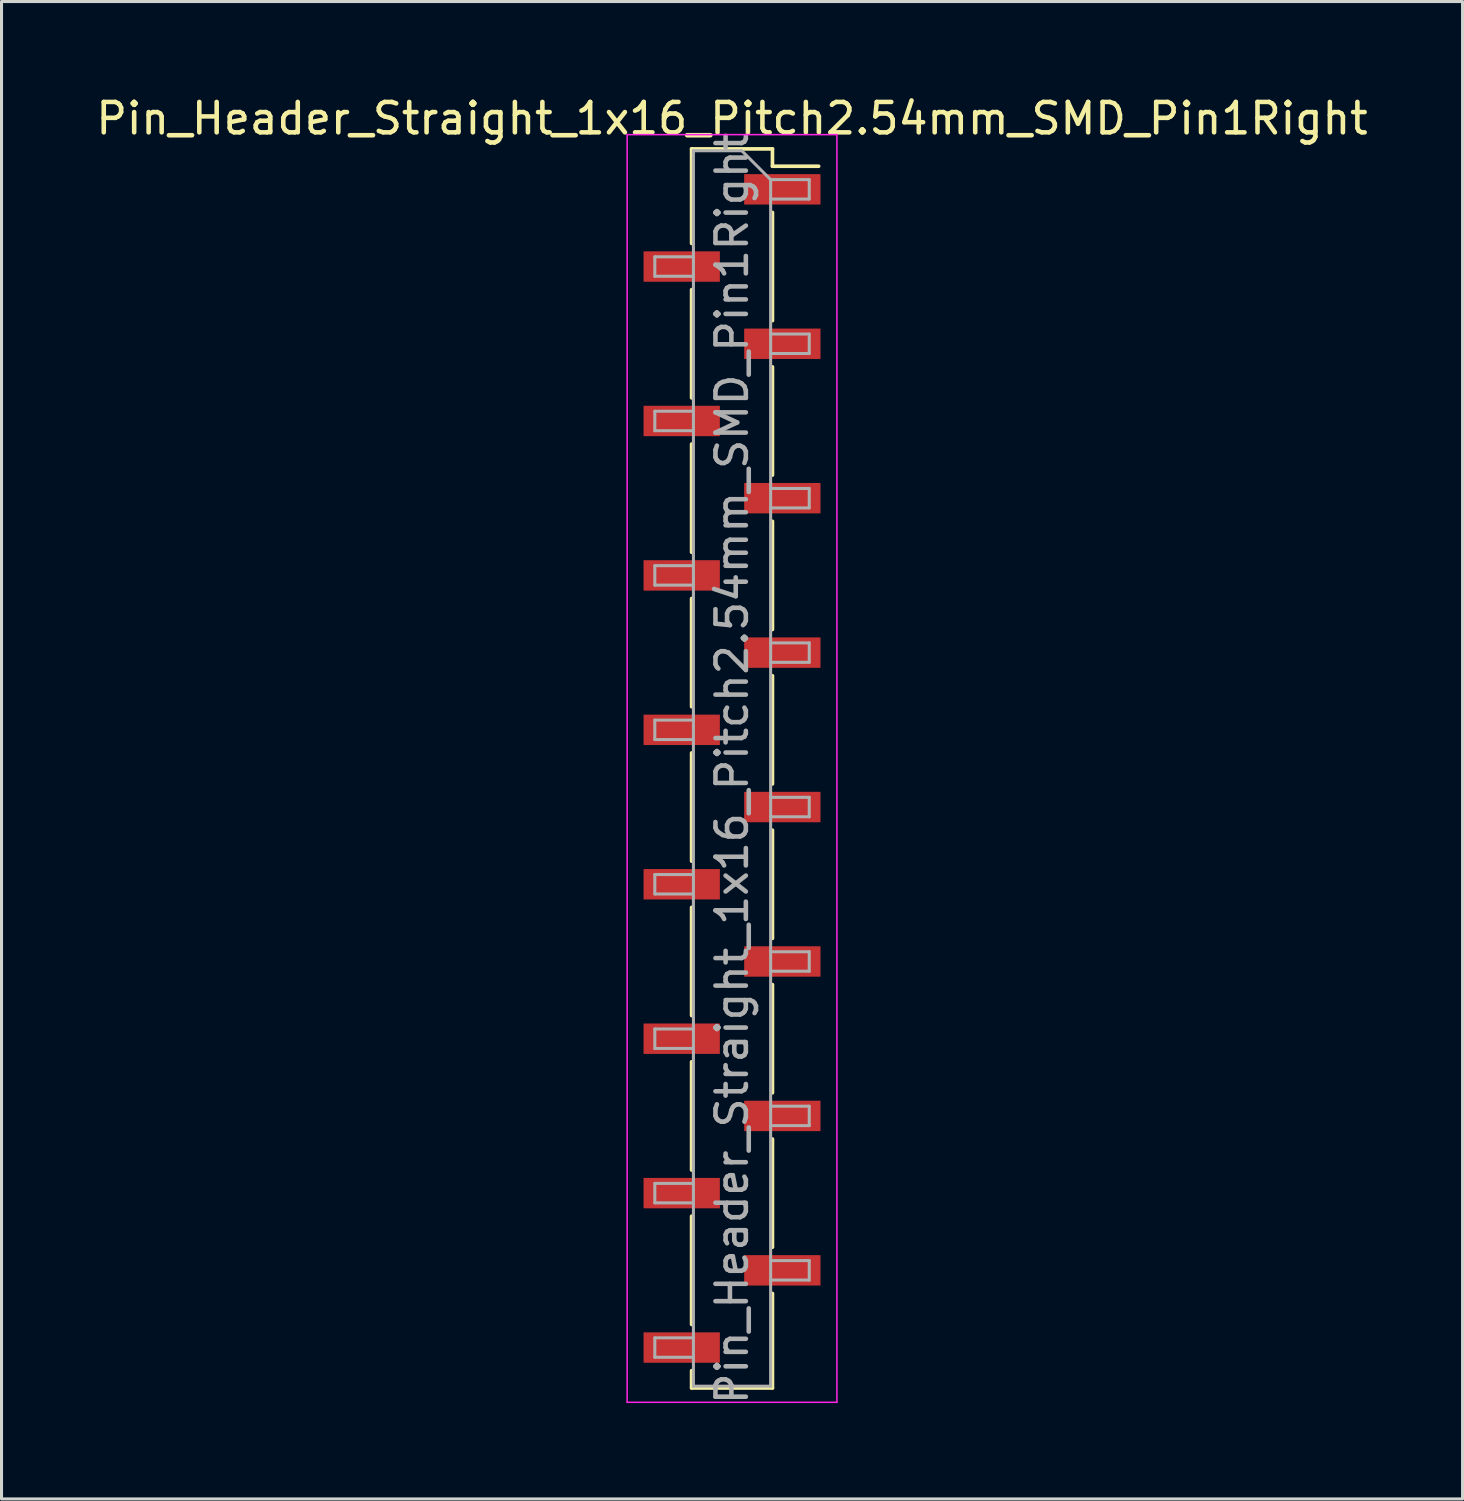
<source format=kicad_pcb>
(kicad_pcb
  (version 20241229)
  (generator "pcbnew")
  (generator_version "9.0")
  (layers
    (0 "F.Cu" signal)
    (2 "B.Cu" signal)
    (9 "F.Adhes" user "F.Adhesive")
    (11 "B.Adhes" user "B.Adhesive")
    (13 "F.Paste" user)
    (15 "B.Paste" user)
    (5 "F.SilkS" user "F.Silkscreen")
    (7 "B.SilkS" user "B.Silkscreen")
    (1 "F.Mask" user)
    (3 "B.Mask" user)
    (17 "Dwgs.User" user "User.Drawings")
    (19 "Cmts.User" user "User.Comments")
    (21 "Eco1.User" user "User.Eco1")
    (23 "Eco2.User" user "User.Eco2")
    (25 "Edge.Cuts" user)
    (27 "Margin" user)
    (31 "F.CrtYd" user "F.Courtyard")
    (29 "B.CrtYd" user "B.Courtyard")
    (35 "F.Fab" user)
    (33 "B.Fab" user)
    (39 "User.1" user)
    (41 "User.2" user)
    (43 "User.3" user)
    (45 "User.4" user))
  (footprint "Pin_Header_Straight_1x16_Pitch2.54mm_SMD_Pin1Right"
    (layer "F.Cu")
    (at 21.03 22.228)
    (property "Reference" "Pin_Header_Straight_1x16_Pitch2.54mm_SMD_Pin1Right" (at 0 -21.38 0) (layer "F.SilkS") (effects (font (size 1 1) (thickness 0.15))))
    (attr smd)
    (fp_line (start -1.33 -20.38) (end -1.33 -17.27) (stroke (width 0.12) (type solid)) (layer "F.SilkS"))
    (fp_line (start -1.33 -20.38) (end 1.33 -20.38) (stroke (width 0.12) (type solid)) (layer "F.SilkS"))
    (fp_line (start -1.33 -15.75) (end -1.33 -12.19) (stroke (width 0.12) (type solid)) (layer "F.SilkS"))
    (fp_line (start -1.33 -10.67) (end -1.33 -7.11) (stroke (width 0.12) (type solid)) (layer "F.SilkS"))
    (fp_line (start -1.33 -5.59) (end -1.33 -2.03) (stroke (width 0.12) (type solid)) (layer "F.SilkS"))
    (fp_line (start -1.33 -0.51) (end -1.33 3.05) (stroke (width 0.12) (type solid)) (layer "F.SilkS"))
    (fp_line (start -1.33 4.57) (end -1.33 8.13) (stroke (width 0.12) (type solid)) (layer "F.SilkS"))
    (fp_line (start -1.33 9.65) (end -1.33 13.21) (stroke (width 0.12) (type solid)) (layer "F.SilkS"))
    (fp_line (start -1.33 14.73) (end -1.33 18.29) (stroke (width 0.12) (type solid)) (layer "F.SilkS"))
    (fp_line (start -1.33 19.81) (end -1.33 20.38) (stroke (width 0.12) (type solid)) (layer "F.SilkS"))
    (fp_line (start -1.33 20.38) (end 1.33 20.38) (stroke (width 0.12) (type solid)) (layer "F.SilkS"))
    (fp_line (start 1.33 -20.38) (end 1.33 -19.81) (stroke (width 0.12) (type solid)) (layer "F.SilkS"))
    (fp_line (start 1.33 -19.81) (end 2.85 -19.81) (stroke (width 0.12) (type solid)) (layer "F.SilkS"))
    (fp_line (start 1.33 -18.29) (end 1.33 -14.73) (stroke (width 0.12) (type solid)) (layer "F.SilkS"))
    (fp_line (start 1.33 -13.21) (end 1.33 -9.65) (stroke (width 0.12) (type solid)) (layer "F.SilkS"))
    (fp_line (start 1.33 -8.13) (end 1.33 -4.57) (stroke (width 0.12) (type solid)) (layer "F.SilkS"))
    (fp_line (start 1.33 -3.05) (end 1.33 0.51) (stroke (width 0.12) (type solid)) (layer "F.SilkS"))
    (fp_line (start 1.33 2.03) (end 1.33 5.59) (stroke (width 0.12) (type solid)) (layer "F.SilkS"))
    (fp_line (start 1.33 7.11) (end 1.33 10.67) (stroke (width 0.12) (type solid)) (layer "F.SilkS"))
    (fp_line (start 1.33 12.19) (end 1.33 15.75) (stroke (width 0.12) (type solid)) (layer "F.SilkS"))
    (fp_line (start 1.33 17.27) (end 1.33 20.38) (stroke (width 0.12) (type solid)) (layer "F.SilkS"))
    (fp_line (start -3.45 -20.85) (end -3.45 20.85) (stroke (width 0.05) (type solid)) (layer "F.CrtYd"))
    (fp_line (start -3.45 20.85) (end 3.45 20.85) (stroke (width 0.05) (type solid)) (layer "F.CrtYd"))
    (fp_line (start 3.45 -20.85) (end -3.45 -20.85) (stroke (width 0.05) (type solid)) (layer "F.CrtYd"))
    (fp_line (start 3.45 20.85) (end 3.45 -20.85) (stroke (width 0.05) (type solid)) (layer "F.CrtYd"))
    (fp_line (start -2.54 -16.83) (end -2.54 -16.19) (stroke (width 0.1) (type solid)) (layer "F.Fab"))
    (fp_line (start -2.54 -16.19) (end -1.27 -16.19) (stroke (width 0.1) (type solid)) (layer "F.Fab"))
    (fp_line (start -2.54 -11.75) (end -2.54 -11.11) (stroke (width 0.1) (type solid)) (layer "F.Fab"))
    (fp_line (start -2.54 -11.11) (end -1.27 -11.11) (stroke (width 0.1) (type solid)) (layer "F.Fab"))
    (fp_line (start -2.54 -6.67) (end -2.54 -6.03) (stroke (width 0.1) (type solid)) (layer "F.Fab"))
    (fp_line (start -2.54 -6.03) (end -1.27 -6.03) (stroke (width 0.1) (type solid)) (layer "F.Fab"))
    (fp_line (start -2.54 -1.59) (end -2.54 -0.95) (stroke (width 0.1) (type solid)) (layer "F.Fab"))
    (fp_line (start -2.54 -0.95) (end -1.27 -0.95) (stroke (width 0.1) (type solid)) (layer "F.Fab"))
    (fp_line (start -2.54 3.49) (end -2.54 4.13) (stroke (width 0.1) (type solid)) (layer "F.Fab"))
    (fp_line (start -2.54 4.13) (end -1.27 4.13) (stroke (width 0.1) (type solid)) (layer "F.Fab"))
    (fp_line (start -2.54 8.57) (end -2.54 9.21) (stroke (width 0.1) (type solid)) (layer "F.Fab"))
    (fp_line (start -2.54 9.21) (end -1.27 9.21) (stroke (width 0.1) (type solid)) (layer "F.Fab"))
    (fp_line (start -2.54 13.65) (end -2.54 14.29) (stroke (width 0.1) (type solid)) (layer "F.Fab"))
    (fp_line (start -2.54 14.29) (end -1.27 14.29) (stroke (width 0.1) (type solid)) (layer "F.Fab"))
    (fp_line (start -2.54 18.73) (end -2.54 19.37) (stroke (width 0.1) (type solid)) (layer "F.Fab"))
    (fp_line (start -2.54 19.37) (end -1.27 19.37) (stroke (width 0.1) (type solid)) (layer "F.Fab"))
    (fp_line (start -1.27 -20.32) (end -1.27 20.32) (stroke (width 0.1) (type solid)) (layer "F.Fab"))
    (fp_line (start -1.27 -20.32) (end 0.32 -20.32) (stroke (width 0.1) (type solid)) (layer "F.Fab"))
    (fp_line (start -1.27 -16.83) (end -2.54 -16.83) (stroke (width 0.1) (type solid)) (layer "F.Fab"))
    (fp_line (start -1.27 -11.75) (end -2.54 -11.75) (stroke (width 0.1) (type solid)) (layer "F.Fab"))
    (fp_line (start -1.27 -6.67) (end -2.54 -6.67) (stroke (width 0.1) (type solid)) (layer "F.Fab"))
    (fp_line (start -1.27 -1.59) (end -2.54 -1.59) (stroke (width 0.1) (type solid)) (layer "F.Fab"))
    (fp_line (start -1.27 3.49) (end -2.54 3.49) (stroke (width 0.1) (type solid)) (layer "F.Fab"))
    (fp_line (start -1.27 8.57) (end -2.54 8.57) (stroke (width 0.1) (type solid)) (layer "F.Fab"))
    (fp_line (start -1.27 13.65) (end -2.54 13.65) (stroke (width 0.1) (type solid)) (layer "F.Fab"))
    (fp_line (start -1.27 18.73) (end -2.54 18.73) (stroke (width 0.1) (type solid)) (layer "F.Fab"))
    (fp_line (start 1.27 -19.37) (end 0.32 -20.32) (stroke (width 0.1) (type solid)) (layer "F.Fab"))
    (fp_line (start 1.27 -19.37) (end 2.54 -19.37) (stroke (width 0.1) (type solid)) (layer "F.Fab"))
    (fp_line (start 1.27 -14.29) (end 2.54 -14.29) (stroke (width 0.1) (type solid)) (layer "F.Fab"))
    (fp_line (start 1.27 -9.21) (end 2.54 -9.21) (stroke (width 0.1) (type solid)) (layer "F.Fab"))
    (fp_line (start 1.27 -4.13) (end 2.54 -4.13) (stroke (width 0.1) (type solid)) (layer "F.Fab"))
    (fp_line (start 1.27 0.95) (end 2.54 0.95) (stroke (width 0.1) (type solid)) (layer "F.Fab"))
    (fp_line (start 1.27 6.03) (end 2.54 6.03) (stroke (width 0.1) (type solid)) (layer "F.Fab"))
    (fp_line (start 1.27 11.11) (end 2.54 11.11) (stroke (width 0.1) (type solid)) (layer "F.Fab"))
    (fp_line (start 1.27 16.19) (end 2.54 16.19) (stroke (width 0.1) (type solid)) (layer "F.Fab"))
    (fp_line (start 1.27 20.32) (end -1.27 20.32) (stroke (width 0.1) (type solid)) (layer "F.Fab"))
    (fp_line (start 1.27 20.32) (end 1.27 -19.37) (stroke (width 0.1) (type solid)) (layer "F.Fab"))
    (fp_line (start 2.54 -19.37) (end 2.54 -18.73) (stroke (width 0.1) (type solid)) (layer "F.Fab"))
    (fp_line (start 2.54 -18.73) (end 1.27 -18.73) (stroke (width 0.1) (type solid)) (layer "F.Fab"))
    (fp_line (start 2.54 -14.29) (end 2.54 -13.65) (stroke (width 0.1) (type solid)) (layer "F.Fab"))
    (fp_line (start 2.54 -13.65) (end 1.27 -13.65) (stroke (width 0.1) (type solid)) (layer "F.Fab"))
    (fp_line (start 2.54 -9.21) (end 2.54 -8.57) (stroke (width 0.1) (type solid)) (layer "F.Fab"))
    (fp_line (start 2.54 -8.57) (end 1.27 -8.57) (stroke (width 0.1) (type solid)) (layer "F.Fab"))
    (fp_line (start 2.54 -4.13) (end 2.54 -3.49) (stroke (width 0.1) (type solid)) (layer "F.Fab"))
    (fp_line (start 2.54 -3.49) (end 1.27 -3.49) (stroke (width 0.1) (type solid)) (layer "F.Fab"))
    (fp_line (start 2.54 0.95) (end 2.54 1.59) (stroke (width 0.1) (type solid)) (layer "F.Fab"))
    (fp_line (start 2.54 1.59) (end 1.27 1.59) (stroke (width 0.1) (type solid)) (layer "F.Fab"))
    (fp_line (start 2.54 6.03) (end 2.54 6.67) (stroke (width 0.1) (type solid)) (layer "F.Fab"))
    (fp_line (start 2.54 6.67) (end 1.27 6.67) (stroke (width 0.1) (type solid)) (layer "F.Fab"))
    (fp_line (start 2.54 11.11) (end 2.54 11.75) (stroke (width 0.1) (type solid)) (layer "F.Fab"))
    (fp_line (start 2.54 11.75) (end 1.27 11.75) (stroke (width 0.1) (type solid)) (layer "F.Fab"))
    (fp_line (start 2.54 16.19) (end 2.54 16.83) (stroke (width 0.1) (type solid)) (layer "F.Fab"))
    (fp_line (start 2.54 16.83) (end 1.27 16.83) (stroke (width 0.1) (type solid)) (layer "F.Fab"))
    (fp_text user "${REFERENCE}" (at 0 0 90) (layer "F.Fab") (effects (font (size 1 1) (thickness 0.15))))
    (pad "1" smd rect (at 1.655 -19.05) (size 2.51 1) (layers "F.Cu" "F.Mask" "F.Paste"))
    (pad "2" smd rect (at -1.655 -16.51) (size 2.51 1) (layers "F.Cu" "F.Mask" "F.Paste"))
    (pad "3" smd rect (at 1.655 -13.97) (size 2.51 1) (layers "F.Cu" "F.Mask" "F.Paste"))
    (pad "4" smd rect (at -1.655 -11.43) (size 2.51 1) (layers "F.Cu" "F.Mask" "F.Paste"))
    (pad "5" smd rect (at 1.655 -8.89) (size 2.51 1) (layers "F.Cu" "F.Mask" "F.Paste"))
    (pad "6" smd rect (at -1.655 -6.35) (size 2.51 1) (layers "F.Cu" "F.Mask" "F.Paste"))
    (pad "7" smd rect (at 1.655 -3.81) (size 2.51 1) (layers "F.Cu" "F.Mask" "F.Paste"))
    (pad "8" smd rect (at -1.655 -1.27) (size 2.51 1) (layers "F.Cu" "F.Mask" "F.Paste"))
    (pad "9" smd rect (at 1.655 1.27) (size 2.51 1) (layers "F.Cu" "F.Mask" "F.Paste"))
    (pad "10" smd rect (at -1.655 3.81) (size 2.51 1) (layers "F.Cu" "F.Mask" "F.Paste"))
    (pad "11" smd rect (at 1.655 6.35) (size 2.51 1) (layers "F.Cu" "F.Mask" "F.Paste"))
    (pad "12" smd rect (at -1.655 8.89) (size 2.51 1) (layers "F.Cu" "F.Mask" "F.Paste"))
    (pad "13" smd rect (at 1.655 11.43) (size 2.51 1) (layers "F.Cu" "F.Mask" "F.Paste"))
    (pad "14" smd rect (at -1.655 13.97) (size 2.51 1) (layers "F.Cu" "F.Mask" "F.Paste"))
    (pad "15" smd rect (at 1.655 16.51) (size 2.51 1) (layers "F.Cu" "F.Mask" "F.Paste"))
    (pad "16" smd rect (at -1.655 19.05) (size 2.51 1) (layers "F.Cu" "F.Mask" "F.Paste")))
  (gr_rect
    (start -3 -3)
    (end 45.06 46.258)
    (stroke (width 0.1) (type default))
    (fill no)
    (layer "Edge.Cuts")))
</source>
